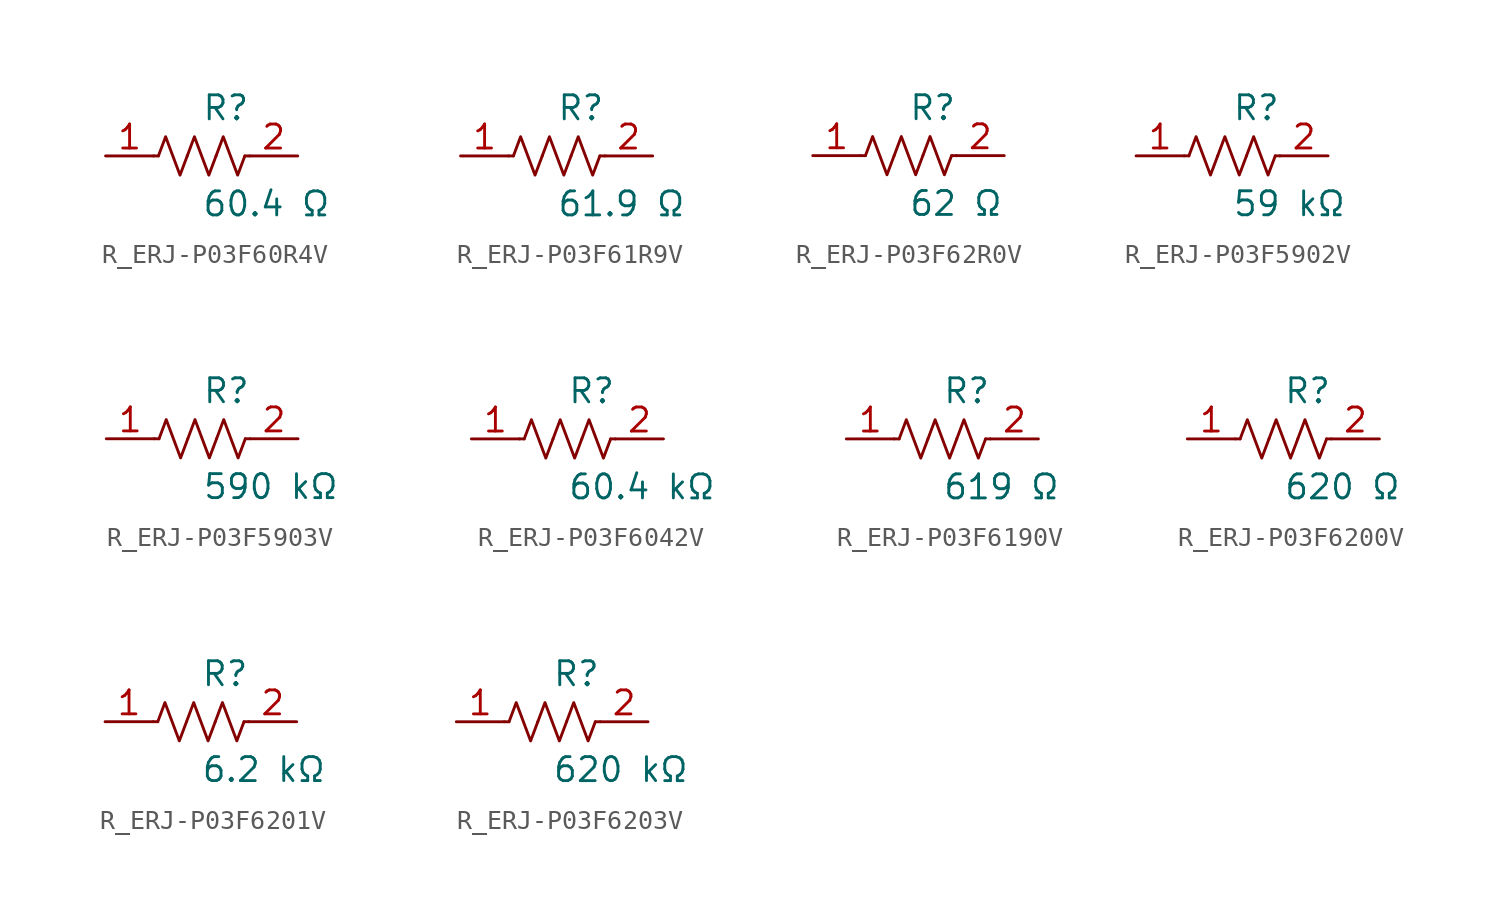
<source format=kicad_sym>
(kicad_symbol_lib
  (version 20231120)
  (generator kicad_symbol_editor)
  (generator_version 8.0)
  (symbol "R_ERJ-P03F60R4V"
    (pin_names
      (offset 0.254))
    (property "Reference" "R"
      (at 0.0 2.54 0)
      (effects (font (size 1.27 1.27)) (justify left)))
    (property "Value" "60.4 Ω"
      (at 0.0 -2.54 0)
      (effects (font (size 1.27 1.27)) (justify left)))
    (symbol "R_ERJ-P03F60R4V_0_1"
      (polyline (pts (xy 2.286 0) (xy 2.54 0)) (stroke (width 0) (type default)) (fill (type none)))
      (polyline (pts (xy -2.286 0) (xy -2.54 0)) (stroke (width 0) (type default)) (fill (type none)))
      (polyline (pts (xy 0.762 0) (xy 1.143 1.016) (xy 1.524 0) (xy 1.905 -1.016) (xy 2.286 0)) (stroke (width 0) (type default)) (fill (type none)))
      (polyline (pts (xy -0.762 0) (xy -0.381 1.016) (xy 0 0) (xy 0.381 -1.016) (xy 0.762 0)) (stroke (width 0) (type default)) (fill (type none)))
      (polyline (pts (xy -2.286 0) (xy -1.905 1.016) (xy -1.524 0) (xy -1.143 -1.016) (xy -0.762 0)) (stroke (width 0) (type default)) (fill (type none))))
    (pin unspecified line
      (at -5.08 0 0)
      (length 2.54)
      (name "" (effects (font (size 1.27 1.27))))
      (number "1" (effects (font (size 1.27 1.27)))))
    (pin unspecified line
      (at 5.08 0 180)
      (length 2.54)
      (name "" (effects (font (size 1.27 1.27))))
      (number "2" (effects (font (size 1.27 1.27))))))
  (symbol "R_ERJ-P03F61R9V"
    (pin_names
      (offset 0.254))
    (property "Reference" "R"
      (at 0.0 2.54 0)
      (effects (font (size 1.27 1.27)) (justify left)))
    (property "Value" "61.9 Ω"
      (at 0.0 -2.54 0)
      (effects (font (size 1.27 1.27)) (justify left)))
    (symbol "R_ERJ-P03F61R9V_0_1"
      (polyline (pts (xy 2.286 0) (xy 2.54 0)) (stroke (width 0) (type default)) (fill (type none)))
      (polyline (pts (xy -2.286 0) (xy -2.54 0)) (stroke (width 0) (type default)) (fill (type none)))
      (polyline (pts (xy 0.762 0) (xy 1.143 1.016) (xy 1.524 0) (xy 1.905 -1.016) (xy 2.286 0)) (stroke (width 0) (type default)) (fill (type none)))
      (polyline (pts (xy -0.762 0) (xy -0.381 1.016) (xy 0 0) (xy 0.381 -1.016) (xy 0.762 0)) (stroke (width 0) (type default)) (fill (type none)))
      (polyline (pts (xy -2.286 0) (xy -1.905 1.016) (xy -1.524 0) (xy -1.143 -1.016) (xy -0.762 0)) (stroke (width 0) (type default)) (fill (type none))))
    (pin unspecified line
      (at -5.08 0 0)
      (length 2.54)
      (name "" (effects (font (size 1.27 1.27))))
      (number "1" (effects (font (size 1.27 1.27)))))
    (pin unspecified line
      (at 5.08 0 180)
      (length 2.54)
      (name "" (effects (font (size 1.27 1.27))))
      (number "2" (effects (font (size 1.27 1.27))))))
  (symbol "R_ERJ-P03F62R0V"
    (pin_names
      (offset 0.254))
    (property "Reference" "R"
      (at 0.0 2.54 0)
      (effects (font (size 1.27 1.27)) (justify left)))
    (property "Value" "62 Ω"
      (at 0.0 -2.54 0)
      (effects (font (size 1.27 1.27)) (justify left)))
    (symbol "R_ERJ-P03F62R0V_0_1"
      (polyline (pts (xy 2.286 0) (xy 2.54 0)) (stroke (width 0) (type default)) (fill (type none)))
      (polyline (pts (xy -2.286 0) (xy -2.54 0)) (stroke (width 0) (type default)) (fill (type none)))
      (polyline (pts (xy 0.762 0) (xy 1.143 1.016) (xy 1.524 0) (xy 1.905 -1.016) (xy 2.286 0)) (stroke (width 0) (type default)) (fill (type none)))
      (polyline (pts (xy -0.762 0) (xy -0.381 1.016) (xy 0 0) (xy 0.381 -1.016) (xy 0.762 0)) (stroke (width 0) (type default)) (fill (type none)))
      (polyline (pts (xy -2.286 0) (xy -1.905 1.016) (xy -1.524 0) (xy -1.143 -1.016) (xy -0.762 0)) (stroke (width 0) (type default)) (fill (type none))))
    (pin unspecified line
      (at -5.08 0 0)
      (length 2.54)
      (name "" (effects (font (size 1.27 1.27))))
      (number "1" (effects (font (size 1.27 1.27)))))
    (pin unspecified line
      (at 5.08 0 180)
      (length 2.54)
      (name "" (effects (font (size 1.27 1.27))))
      (number "2" (effects (font (size 1.27 1.27))))))
  (symbol "R_ERJ-P03F5902V"
    (pin_names
      (offset 0.254))
    (property "Reference" "R"
      (at 0.0 2.54 0)
      (effects (font (size 1.27 1.27)) (justify left)))
    (property "Value" "59 kΩ"
      (at 0.0 -2.54 0)
      (effects (font (size 1.27 1.27)) (justify left)))
    (symbol "R_ERJ-P03F5902V_0_1"
      (polyline (pts (xy 2.286 0) (xy 2.54 0)) (stroke (width 0) (type default)) (fill (type none)))
      (polyline (pts (xy -2.286 0) (xy -2.54 0)) (stroke (width 0) (type default)) (fill (type none)))
      (polyline (pts (xy 0.762 0) (xy 1.143 1.016) (xy 1.524 0) (xy 1.905 -1.016) (xy 2.286 0)) (stroke (width 0) (type default)) (fill (type none)))
      (polyline (pts (xy -0.762 0) (xy -0.381 1.016) (xy 0 0) (xy 0.381 -1.016) (xy 0.762 0)) (stroke (width 0) (type default)) (fill (type none)))
      (polyline (pts (xy -2.286 0) (xy -1.905 1.016) (xy -1.524 0) (xy -1.143 -1.016) (xy -0.762 0)) (stroke (width 0) (type default)) (fill (type none))))
    (pin unspecified line
      (at -5.08 0 0)
      (length 2.54)
      (name "" (effects (font (size 1.27 1.27))))
      (number "1" (effects (font (size 1.27 1.27)))))
    (pin unspecified line
      (at 5.08 0 180)
      (length 2.54)
      (name "" (effects (font (size 1.27 1.27))))
      (number "2" (effects (font (size 1.27 1.27))))))
  (symbol "R_ERJ-P03F5903V"
    (pin_names
      (offset 0.254))
    (property "Reference" "R"
      (at 0.0 2.54 0)
      (effects (font (size 1.27 1.27)) (justify left)))
    (property "Value" "590 kΩ"
      (at 0.0 -2.54 0)
      (effects (font (size 1.27 1.27)) (justify left)))
    (symbol "R_ERJ-P03F5903V_0_1"
      (polyline (pts (xy 2.286 0) (xy 2.54 0)) (stroke (width 0) (type default)) (fill (type none)))
      (polyline (pts (xy -2.286 0) (xy -2.54 0)) (stroke (width 0) (type default)) (fill (type none)))
      (polyline (pts (xy 0.762 0) (xy 1.143 1.016) (xy 1.524 0) (xy 1.905 -1.016) (xy 2.286 0)) (stroke (width 0) (type default)) (fill (type none)))
      (polyline (pts (xy -0.762 0) (xy -0.381 1.016) (xy 0 0) (xy 0.381 -1.016) (xy 0.762 0)) (stroke (width 0) (type default)) (fill (type none)))
      (polyline (pts (xy -2.286 0) (xy -1.905 1.016) (xy -1.524 0) (xy -1.143 -1.016) (xy -0.762 0)) (stroke (width 0) (type default)) (fill (type none))))
    (pin unspecified line
      (at -5.08 0 0)
      (length 2.54)
      (name "" (effects (font (size 1.27 1.27))))
      (number "1" (effects (font (size 1.27 1.27)))))
    (pin unspecified line
      (at 5.08 0 180)
      (length 2.54)
      (name "" (effects (font (size 1.27 1.27))))
      (number "2" (effects (font (size 1.27 1.27))))))
  (symbol "R_ERJ-P03F6042V"
    (pin_names
      (offset 0.254))
    (property "Reference" "R"
      (at 0.0 2.54 0)
      (effects (font (size 1.27 1.27)) (justify left)))
    (property "Value" "60.4 kΩ"
      (at 0.0 -2.54 0)
      (effects (font (size 1.27 1.27)) (justify left)))
    (symbol "R_ERJ-P03F6042V_0_1"
      (polyline (pts (xy 2.286 0) (xy 2.54 0)) (stroke (width 0) (type default)) (fill (type none)))
      (polyline (pts (xy -2.286 0) (xy -2.54 0)) (stroke (width 0) (type default)) (fill (type none)))
      (polyline (pts (xy 0.762 0) (xy 1.143 1.016) (xy 1.524 0) (xy 1.905 -1.016) (xy 2.286 0)) (stroke (width 0) (type default)) (fill (type none)))
      (polyline (pts (xy -0.762 0) (xy -0.381 1.016) (xy 0 0) (xy 0.381 -1.016) (xy 0.762 0)) (stroke (width 0) (type default)) (fill (type none)))
      (polyline (pts (xy -2.286 0) (xy -1.905 1.016) (xy -1.524 0) (xy -1.143 -1.016) (xy -0.762 0)) (stroke (width 0) (type default)) (fill (type none))))
    (pin unspecified line
      (at -5.08 0 0)
      (length 2.54)
      (name "" (effects (font (size 1.27 1.27))))
      (number "1" (effects (font (size 1.27 1.27)))))
    (pin unspecified line
      (at 5.08 0 180)
      (length 2.54)
      (name "" (effects (font (size 1.27 1.27))))
      (number "2" (effects (font (size 1.27 1.27))))))
  (symbol "R_ERJ-P03F6190V"
    (pin_names
      (offset 0.254))
    (property "Reference" "R"
      (at 0.0 2.54 0)
      (effects (font (size 1.27 1.27)) (justify left)))
    (property "Value" "619 Ω"
      (at 0.0 -2.54 0)
      (effects (font (size 1.27 1.27)) (justify left)))
    (symbol "R_ERJ-P03F6190V_0_1"
      (polyline (pts (xy 2.286 0) (xy 2.54 0)) (stroke (width 0) (type default)) (fill (type none)))
      (polyline (pts (xy -2.286 0) (xy -2.54 0)) (stroke (width 0) (type default)) (fill (type none)))
      (polyline (pts (xy 0.762 0) (xy 1.143 1.016) (xy 1.524 0) (xy 1.905 -1.016) (xy 2.286 0)) (stroke (width 0) (type default)) (fill (type none)))
      (polyline (pts (xy -0.762 0) (xy -0.381 1.016) (xy 0 0) (xy 0.381 -1.016) (xy 0.762 0)) (stroke (width 0) (type default)) (fill (type none)))
      (polyline (pts (xy -2.286 0) (xy -1.905 1.016) (xy -1.524 0) (xy -1.143 -1.016) (xy -0.762 0)) (stroke (width 0) (type default)) (fill (type none))))
    (pin unspecified line
      (at -5.08 0 0)
      (length 2.54)
      (name "" (effects (font (size 1.27 1.27))))
      (number "1" (effects (font (size 1.27 1.27)))))
    (pin unspecified line
      (at 5.08 0 180)
      (length 2.54)
      (name "" (effects (font (size 1.27 1.27))))
      (number "2" (effects (font (size 1.27 1.27))))))
  (symbol "R_ERJ-P03F6200V"
    (pin_names
      (offset 0.254))
    (property "Reference" "R"
      (at 0.0 2.54 0)
      (effects (font (size 1.27 1.27)) (justify left)))
    (property "Value" "620 Ω"
      (at 0.0 -2.54 0)
      (effects (font (size 1.27 1.27)) (justify left)))
    (symbol "R_ERJ-P03F6200V_0_1"
      (polyline (pts (xy 2.286 0) (xy 2.54 0)) (stroke (width 0) (type default)) (fill (type none)))
      (polyline (pts (xy -2.286 0) (xy -2.54 0)) (stroke (width 0) (type default)) (fill (type none)))
      (polyline (pts (xy 0.762 0) (xy 1.143 1.016) (xy 1.524 0) (xy 1.905 -1.016) (xy 2.286 0)) (stroke (width 0) (type default)) (fill (type none)))
      (polyline (pts (xy -0.762 0) (xy -0.381 1.016) (xy 0 0) (xy 0.381 -1.016) (xy 0.762 0)) (stroke (width 0) (type default)) (fill (type none)))
      (polyline (pts (xy -2.286 0) (xy -1.905 1.016) (xy -1.524 0) (xy -1.143 -1.016) (xy -0.762 0)) (stroke (width 0) (type default)) (fill (type none))))
    (pin unspecified line
      (at -5.08 0 0)
      (length 2.54)
      (name "" (effects (font (size 1.27 1.27))))
      (number "1" (effects (font (size 1.27 1.27)))))
    (pin unspecified line
      (at 5.08 0 180)
      (length 2.54)
      (name "" (effects (font (size 1.27 1.27))))
      (number "2" (effects (font (size 1.27 1.27))))))
  (symbol "R_ERJ-P03F6201V"
    (pin_names
      (offset 0.254))
    (property "Reference" "R"
      (at 0.0 2.54 0)
      (effects (font (size 1.27 1.27)) (justify left)))
    (property "Value" "6.2 kΩ"
      (at 0.0 -2.54 0)
      (effects (font (size 1.27 1.27)) (justify left)))
    (symbol "R_ERJ-P03F6201V_0_1"
      (polyline (pts (xy 2.286 0) (xy 2.54 0)) (stroke (width 0) (type default)) (fill (type none)))
      (polyline (pts (xy -2.286 0) (xy -2.54 0)) (stroke (width 0) (type default)) (fill (type none)))
      (polyline (pts (xy 0.762 0) (xy 1.143 1.016) (xy 1.524 0) (xy 1.905 -1.016) (xy 2.286 0)) (stroke (width 0) (type default)) (fill (type none)))
      (polyline (pts (xy -0.762 0) (xy -0.381 1.016) (xy 0 0) (xy 0.381 -1.016) (xy 0.762 0)) (stroke (width 0) (type default)) (fill (type none)))
      (polyline (pts (xy -2.286 0) (xy -1.905 1.016) (xy -1.524 0) (xy -1.143 -1.016) (xy -0.762 0)) (stroke (width 0) (type default)) (fill (type none))))
    (pin unspecified line
      (at -5.08 0 0)
      (length 2.54)
      (name "" (effects (font (size 1.27 1.27))))
      (number "1" (effects (font (size 1.27 1.27)))))
    (pin unspecified line
      (at 5.08 0 180)
      (length 2.54)
      (name "" (effects (font (size 1.27 1.27))))
      (number "2" (effects (font (size 1.27 1.27))))))
  (symbol "R_ERJ-P03F6203V"
    (pin_names
      (offset 0.254))
    (property "Reference" "R"
      (at 0.0 2.54 0)
      (effects (font (size 1.27 1.27)) (justify left)))
    (property "Value" "620 kΩ"
      (at 0.0 -2.54 0)
      (effects (font (size 1.27 1.27)) (justify left)))
    (symbol "R_ERJ-P03F6203V_0_1"
      (polyline (pts (xy 2.286 0) (xy 2.54 0)) (stroke (width 0) (type default)) (fill (type none)))
      (polyline (pts (xy -2.286 0) (xy -2.54 0)) (stroke (width 0) (type default)) (fill (type none)))
      (polyline (pts (xy 0.762 0) (xy 1.143 1.016) (xy 1.524 0) (xy 1.905 -1.016) (xy 2.286 0)) (stroke (width 0) (type default)) (fill (type none)))
      (polyline (pts (xy -0.762 0) (xy -0.381 1.016) (xy 0 0) (xy 0.381 -1.016) (xy 0.762 0)) (stroke (width 0) (type default)) (fill (type none)))
      (polyline (pts (xy -2.286 0) (xy -1.905 1.016) (xy -1.524 0) (xy -1.143 -1.016) (xy -0.762 0)) (stroke (width 0) (type default)) (fill (type none))))
    (pin unspecified line
      (at -5.08 0 0)
      (length 2.54)
      (name "" (effects (font (size 1.27 1.27))))
      (number "1" (effects (font (size 1.27 1.27)))))
    (pin unspecified line
      (at 5.08 0 180)
      (length 2.54)
      (name "" (effects (font (size 1.27 1.27))))
      (number "2" (effects (font (size 1.27 1.27)))))))
</source>
